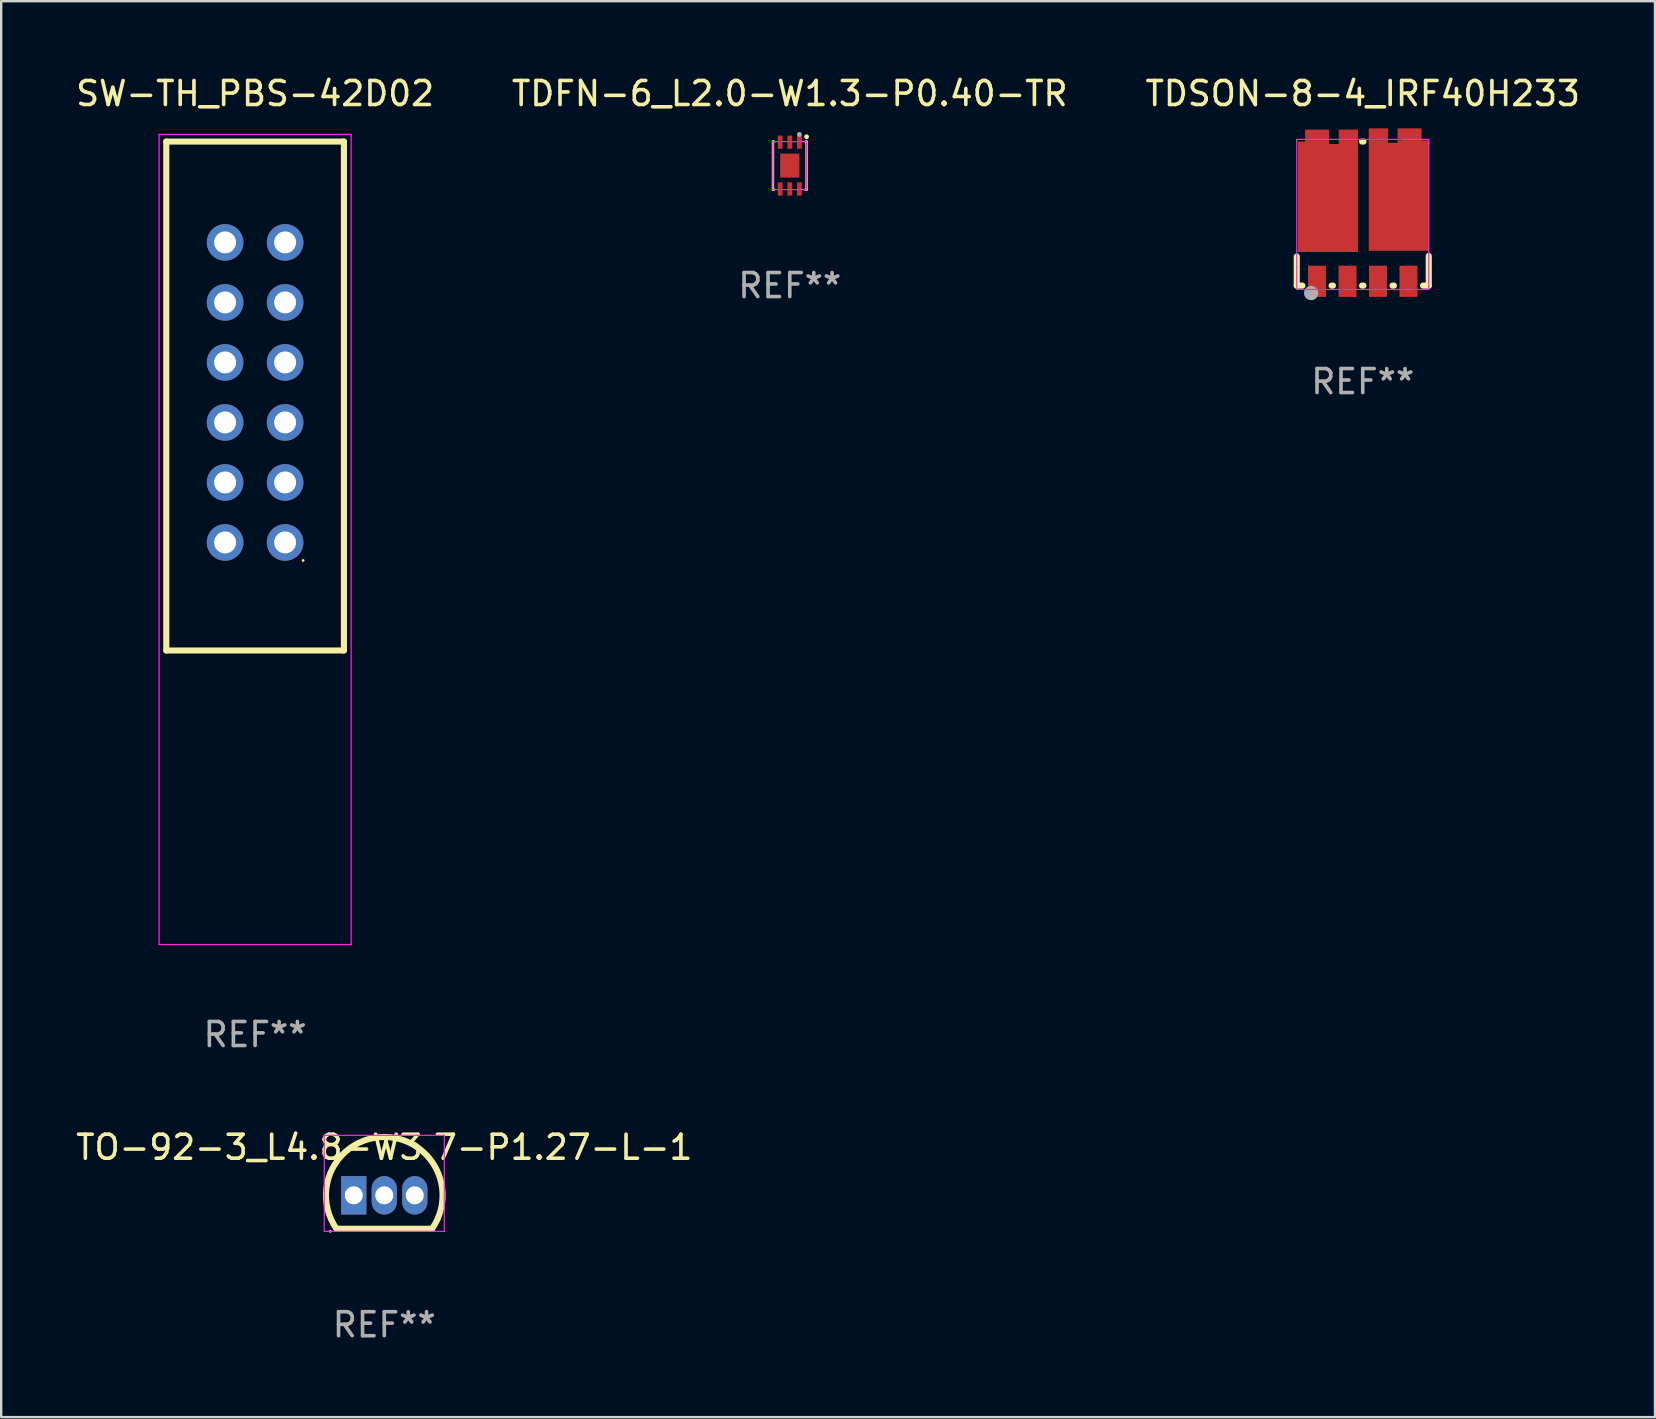
<source format=kicad_pcb>
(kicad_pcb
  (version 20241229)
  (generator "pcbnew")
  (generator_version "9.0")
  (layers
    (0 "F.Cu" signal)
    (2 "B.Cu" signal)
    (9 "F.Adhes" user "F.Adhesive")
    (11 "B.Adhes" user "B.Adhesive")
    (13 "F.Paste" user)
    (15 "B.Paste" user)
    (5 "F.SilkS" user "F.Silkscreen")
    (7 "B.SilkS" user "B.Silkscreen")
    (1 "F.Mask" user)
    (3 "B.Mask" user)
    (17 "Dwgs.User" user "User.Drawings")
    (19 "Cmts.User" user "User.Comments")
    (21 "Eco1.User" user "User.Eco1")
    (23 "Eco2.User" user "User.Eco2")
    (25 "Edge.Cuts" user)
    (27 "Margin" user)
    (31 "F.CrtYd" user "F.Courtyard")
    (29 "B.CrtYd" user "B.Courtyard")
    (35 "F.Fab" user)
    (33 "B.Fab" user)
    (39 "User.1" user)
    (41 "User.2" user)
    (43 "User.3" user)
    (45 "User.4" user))
  (footprint "TDFN-6_L2.0-W1.3-P0.40-TR"
    (layer "F.Cu")
    (at 29.851 3.848)
    (property "Reference" "TDFN-6_L2.0-W1.3-P0.40-TR" (at 0 -3 0) (layer "F.SilkS") (effects (font (size 1 1) (thickness 0.15))))
    (attr smd)
    (fp_line (start -0.7 -1) (end -0.7 1) (stroke (width 0.1) (type solid)) (layer "F.SilkS"))
    (fp_line (start -0.7 1) (end -0.654 1) (stroke (width 0.1) (type solid)) (layer "F.SilkS"))
    (fp_line (start -0.654 -1) (end -0.7 -1) (stroke (width 0.1) (type solid)) (layer "F.SilkS"))
    (fp_line (start 0.654 1) (end 0.7 1) (stroke (width 0.1) (type solid)) (layer "F.SilkS"))
    (fp_line (start 0.7 -1) (end 0.654 -1) (stroke (width 0.1) (type solid)) (layer "F.SilkS"))
    (fp_line (start 0.7 1) (end 0.7 -1) (stroke (width 0.1) (type solid)) (layer "F.SilkS"))
    (fp_circle (center 0.7 -1.2) (end 0.7 -1.2) (stroke (width 0.1) (type solid)) (fill no) (layer "F.SilkS"))
    (fp_line (start -0.7 -1) (end 0.7 -1) (stroke (width 0.05) (type default)) (layer "F.CrtYd"))
    (fp_line (start -0.7 1) (end -0.7 -1) (stroke (width 0.05) (type default)) (layer "F.CrtYd"))
    (fp_line (start 0.7 -1) (end 0.7 1) (stroke (width 0.05) (type default)) (layer "F.CrtYd"))
    (fp_line (start 0.7 1) (end -0.7 1) (stroke (width 0.05) (type default)) (layer "F.CrtYd"))
    (fp_circle (center 0.4 -1.3) (end 0.45 -1.3) (stroke (width 0.1) (type solid)) (fill no) (layer "F.Fab"))
    (fp_text user "REF**" (at 0 5 0) (layer "F.Fab") (effects (font (size 1 1) (thickness 0.15))))
    (pad "1" smd rect (at 0.4 -0.975) (size 0.2 0.55) (layers "F.Cu" "F.Mask" "F.Paste"))
    (pad "2" smd rect (at 0 -0.975) (size 0.2 0.55) (layers "F.Cu" "F.Mask" "F.Paste"))
    (pad "3" smd rect (at -0.4 -0.975) (size 0.2 0.55) (layers "F.Cu" "F.Mask" "F.Paste"))
    (pad "4" smd rect (at -0.4 0.975) (size 0.2 0.55) (layers "F.Cu" "F.Mask" "F.Paste"))
    (pad "5" smd rect (at 0 0.975) (size 0.2 0.55) (layers "F.Cu" "F.Mask" "F.Paste"))
    (pad "6" smd rect (at 0.4 0.975) (size 0.2 0.55) (layers "F.Cu" "F.Mask" "F.Paste"))
    (pad "7" smd rect (at 0 0) (size 0.8 1) (layers "F.Cu" "F.Mask" "F.Paste")))
  (footprint "TO-92-3_L4.8-W3.7-P1.27-L-1"
    (layer "F.Cu")
    (at 12.958 46.745)
    (property "Reference" "TO-92-3_L4.8-W3.7-P1.27-L-1" (at 0 -2 0) (layer "F.SilkS") (effects (font (size 1 1) (thickness 0.15))))
    (attr through_hole)
    (fp_line (start 1.99 1.394) (end -1.99 1.394) (stroke (width 0.254) (type solid)) (layer "F.SilkS"))
    (fp_arc (start -1.990196 1.393548) (mid 0.00001 -2.429612) (end 1.990184 1.393565) (stroke (width 0.254) (type solid)) (layer "F.SilkS"))
    (fp_circle (center -2.25 1.5) (end -2.22 1.5) (stroke (width 0.06) (type solid)) (fill no) (layer "F.SilkS"))
    (fp_line (start -2.5 -2.5) (end -2.5 1.5) (stroke (width 0.05) (type default)) (layer "F.CrtYd"))
    (fp_line (start -2.5 1.5) (end 2.5 1.5) (stroke (width 0.05) (type default)) (layer "F.CrtYd"))
    (fp_line (start 2.5 -2.5) (end -2.5 -2.5) (stroke (width 0.05) (type default)) (layer "F.CrtYd"))
    (fp_line (start 2.5 1.5) (end 2.5 -2.5) (stroke (width 0.05) (type default)) (layer "F.CrtYd"))
    (fp_text user "REF**" (at 0 5.394 0) (layer "F.Fab") (effects (font (size 1 1) (thickness 0.15))))
    (pad "1" thru_hole rect (at -1.27 0) (size 1.05 1.6) (drill 0.75) (layers "*.Cu" "*.Mask"))
    (pad "2" thru_hole oval (at 0 0) (size 1.05 1.6) (drill 0.75) (layers "*.Cu" "*.Mask"))
    (pad "3" thru_hole oval (at 1.27 0) (size 1.05 1.6) (drill 0.75) (layers "*.Cu" "*.Mask")))
  (footprint "TDSON-8-4_IRF40H233"
    (layer "F.Cu")
    (at 53.72 6.758)
    (property "Reference" "TDSON-8-4_IRF40H233" (at 0 -5.91 0) (layer "F.SilkS") (effects (font (size 1 1) (thickness 0.15))))
    (attr smd)
    (fp_line (start -2.75 2.09) (end -2.75 0.877) (stroke (width 0.254) (type solid)) (layer "F.SilkS"))
    (fp_line (start -2.511 2.09) (end -2.75 2.09) (stroke (width 0.254) (type solid)) (layer "F.SilkS"))
    (fp_line (start -1.241 2.09) (end -1.299 2.09) (stroke (width 0.254) (type solid)) (layer "F.SilkS"))
    (fp_line (start -0.029 -3.91) (end 0.029 -3.91) (stroke (width 0.254) (type solid)) (layer "F.SilkS"))
    (fp_line (start 0.029 2.09) (end -0.029 2.09) (stroke (width 0.254) (type solid)) (layer "F.SilkS"))
    (fp_line (start 1.299 2.09) (end 1.241 2.09) (stroke (width 0.254) (type solid)) (layer "F.SilkS"))
    (fp_line (start 2.75 2.09) (end 2.511 2.09) (stroke (width 0.254) (type solid)) (layer "F.SilkS"))
    (fp_line (start 2.75 2.09) (end 2.75 0.852) (stroke (width 0.254) (type solid)) (layer "F.SilkS"))
    (fp_circle (center -2.6 2.125) (end -2.57 2.125) (stroke (width 0.06) (type solid)) (fill no) (layer "F.SilkS"))
    (fp_line (start -2.75 -4) (end 2.75 -4) (stroke (width 0.05) (type default)) (layer "F.CrtYd"))
    (fp_line (start -2.75 2.25) (end -2.75 -4) (stroke (width 0.05) (type default)) (layer "F.CrtYd"))
    (fp_line (start 2.75 -4) (end 2.75 2.25) (stroke (width 0.05) (type default)) (layer "F.CrtYd"))
    (fp_line (start 2.75 2.25) (end -2.75 2.25) (stroke (width 0.05) (type default)) (layer "F.CrtYd"))
    (fp_circle (center -2.15 2.4) (end -2 2.4) (stroke (width 0.3) (type solid)) (fill no) (layer "F.Fab"))
    (fp_text user "REF**" (at 0 6.09 0) (layer "F.Fab") (effects (font (size 1 1) (thickness 0.15))))
    (pad "1" smd rect (at -1.905 1.91 90) (size 1.3 0.749) (layers "F.Cu" "F.Mask" "F.Paste"))
    (pad "2" smd rect (at -0.635 1.91 90) (size 1.3 0.749) (layers "F.Cu" "F.Mask" "F.Paste"))
    (pad "3" smd rect (at 0.635 1.91 90) (size 1.3 0.749) (layers "F.Cu" "F.Mask" "F.Paste"))
    (pad "4" smd rect (at 1.905 1.91 90) (size 1.3 0.749) (layers "F.Cu" "F.Mask" "F.Paste"))
    (pad "5" smd custom (at 1.5 -1.91) (size 0.1 0.1) (layers "F.Cu" "F.Mask" "F.Paste") (options (anchor circle)) (primitives (gr_poly (pts (xy 1.25 2.55) (xy 1.25 -2.05) (xy 0.95 -2.05) (xy 0.95 -2.55) (xy -0.05 -2.55) (xy -0.05 -1.95) (xy -0.45 -1.95) (xy -0.45 -2.55) (xy -1.25 -2.55) (xy -1.25 2.55)) (width 0) (fill yes))))
    (pad "6" smd custom (at -1.45 -1.86) (size 0.1 0.1) (layers "F.Cu" "F.Mask" "F.Paste") (options (anchor circle)) (primitives (gr_poly (pts (xy -1.25 2.55) (xy -1.25 -2.05) (xy -0.95 -2.05) (xy -0.95 -2.55) (xy 0.05 -2.55) (xy 0.05 -1.95) (xy 0.45 -1.95) (xy 0.45 -2.55) (xy 1.25 -2.55) (xy 1.25 2.55)) (width 0) (fill yes)))))
  (footprint "SW-TH_PBS-42D02"
    (layer "F.Cu")
    (at 7.577 13.298)
    (property "Reference" "SW-TH_PBS-42D02" (at 0 -12.45 0) (layer "F.SilkS") (effects (font (size 1 1) (thickness 0.15))))
    (attr through_hole)
    (fp_line (start -3.7 10.75) (end -3.7 -10.45) (stroke (width 0.254) (type solid)) (layer "F.SilkS"))
    (fp_line (start -3.7 10.75) (end 3.7 10.75) (stroke (width 0.254) (type solid)) (layer "F.SilkS"))
    (fp_line (start 3.7 -10.45) (end -3.7 -10.45) (stroke (width 0.254) (type solid)) (layer "F.SilkS"))
    (fp_line (start 3.7 10.75) (end 3.7 -10.45) (stroke (width 0.254) (type solid)) (layer "F.SilkS"))
    (fp_circle (center 2 7) (end 2.03 7) (stroke (width 0.06) (type solid)) (fill no) (layer "F.SilkS"))
    (fp_line (start -4 -10.75) (end -4 23) (stroke (width 0.05) (type default)) (layer "F.CrtYd"))
    (fp_line (start -4 -10.75) (end 4 -10.75) (stroke (width 0.05) (type default)) (layer "F.CrtYd"))
    (fp_line (start -4 23) (end 4 23) (stroke (width 0.05) (type default)) (layer "F.CrtYd"))
    (fp_line (start 4 -10.75) (end 4 23) (stroke (width 0.05) (type default)) (layer "F.CrtYd"))
    (fp_text user "REF**" (at 0 26.75 0) (layer "F.Fab") (effects (font (size 1 1) (thickness 0.15))))
    (pad "1" thru_hole circle (at 1.25 6.25) (size 1.524 1.524) (drill 0.914) (layers "*.Cu" "*.Mask"))
    (pad "2" thru_hole circle (at 1.25 3.75) (size 1.524 1.524) (drill 0.914) (layers "*.Cu" "*.Mask"))
    (pad "3" thru_hole circle (at 1.25 1.25) (size 1.524 1.524) (drill 0.914) (layers "*.Cu" "*.Mask"))
    (pad "4" thru_hole circle (at 1.25 -1.25) (size 1.524 1.524) (drill 0.914) (layers "*.Cu" "*.Mask"))
    (pad "5" thru_hole circle (at 1.25 -3.75) (size 1.524 1.524) (drill 0.914) (layers "*.Cu" "*.Mask"))
    (pad "6" thru_hole circle (at 1.25 -6.25) (size 1.524 1.524) (drill 0.914) (layers "*.Cu" "*.Mask"))
    (pad "7" thru_hole circle (at -1.25 -6.25) (size 1.524 1.524) (drill 0.914) (layers "*.Cu" "*.Mask"))
    (pad "8" thru_hole circle (at -1.25 -3.75) (size 1.524 1.524) (drill 0.914) (layers "*.Cu" "*.Mask"))
    (pad "9" thru_hole circle (at -1.25 -1.25) (size 1.524 1.524) (drill 0.914) (layers "*.Cu" "*.Mask"))
    (pad "10" thru_hole circle (at -1.25 1.25) (size 1.524 1.524) (drill 0.914) (layers "*.Cu" "*.Mask"))
    (pad "11" thru_hole circle (at -1.25 3.75) (size 1.524 1.524) (drill 0.914) (layers "*.Cu" "*.Mask"))
    (pad "12" thru_hole circle (at -1.25 6.25) (size 1.524 1.524) (drill 0.914) (layers "*.Cu" "*.Mask")))
  (gr_rect
    (start -3 -3)
    (end 65.893 55.986)
    (stroke (width 0.1) (type default))
    (fill no)
    (layer "Edge.Cuts")))
</source>
